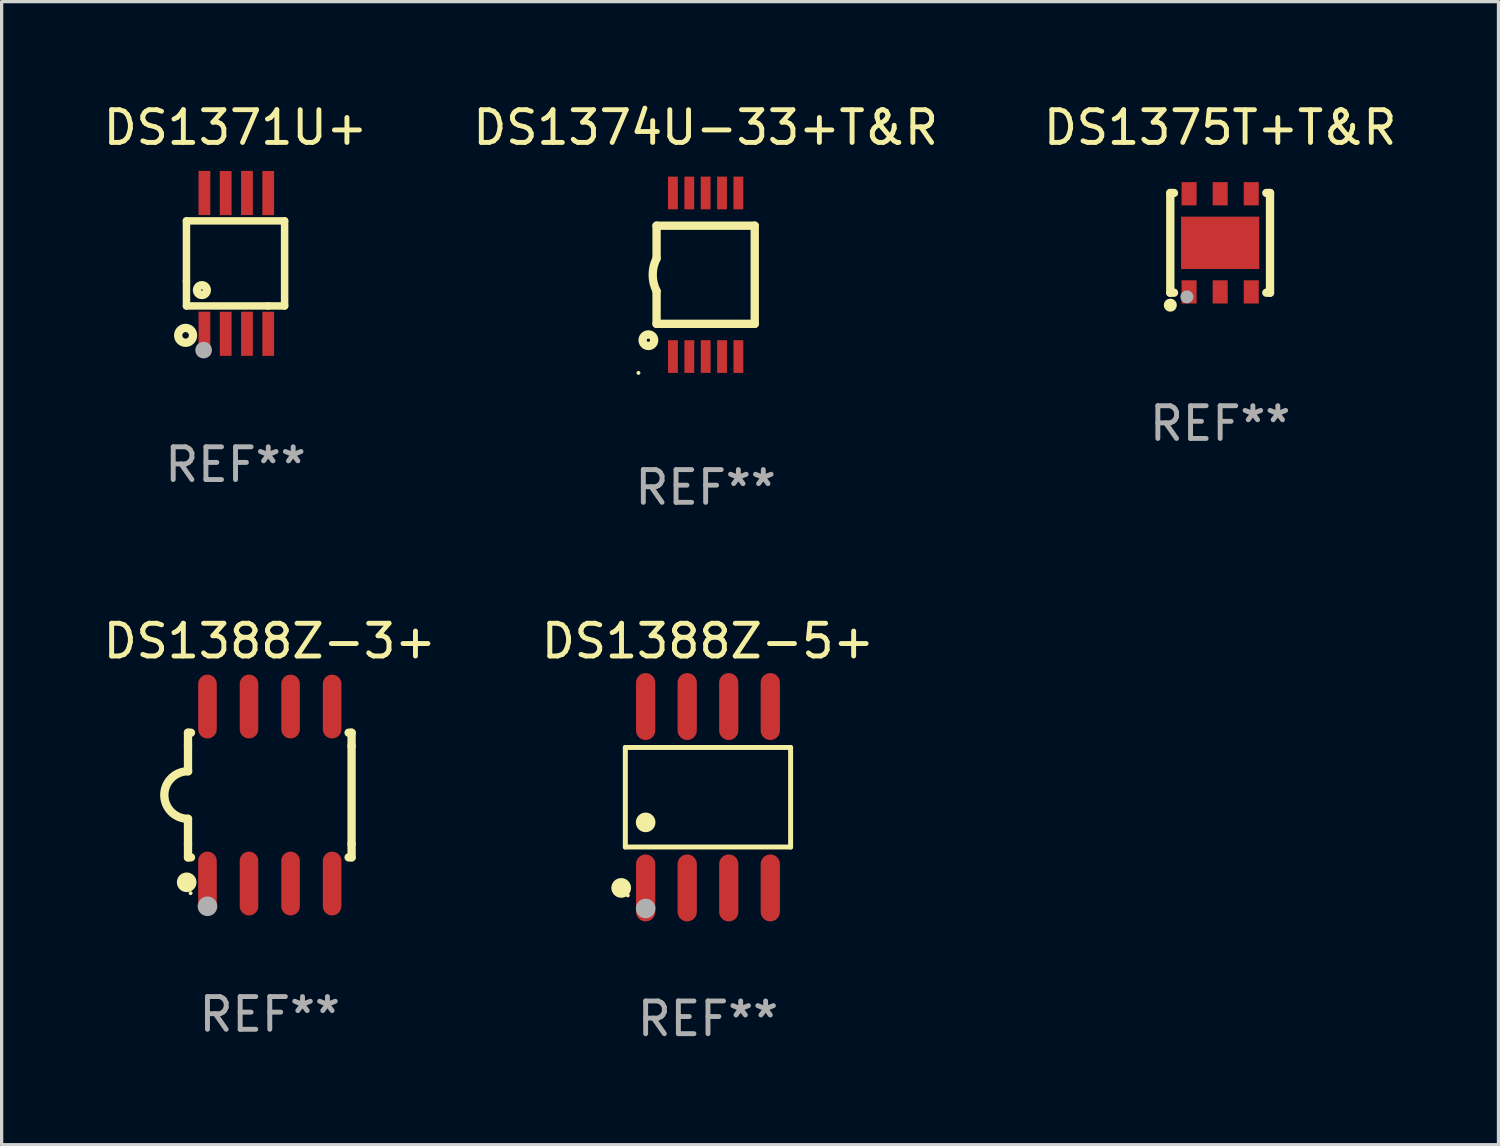
<source format=kicad_pcb>
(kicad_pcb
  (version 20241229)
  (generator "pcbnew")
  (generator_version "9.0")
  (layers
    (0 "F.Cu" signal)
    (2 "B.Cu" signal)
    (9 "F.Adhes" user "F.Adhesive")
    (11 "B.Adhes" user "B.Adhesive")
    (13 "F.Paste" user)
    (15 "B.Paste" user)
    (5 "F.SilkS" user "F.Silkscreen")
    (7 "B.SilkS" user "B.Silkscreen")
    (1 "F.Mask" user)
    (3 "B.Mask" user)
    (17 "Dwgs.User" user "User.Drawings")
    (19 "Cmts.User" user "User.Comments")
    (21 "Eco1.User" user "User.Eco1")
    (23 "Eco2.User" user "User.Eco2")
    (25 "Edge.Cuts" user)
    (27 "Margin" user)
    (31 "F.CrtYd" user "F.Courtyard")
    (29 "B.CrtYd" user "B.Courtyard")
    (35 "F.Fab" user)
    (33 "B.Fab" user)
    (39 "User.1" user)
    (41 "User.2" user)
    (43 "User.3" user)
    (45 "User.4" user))
  (footprint "DS1388Z-5+"
    (layer "F.Cu")
    (at 18.589 21.317)
    (property "Reference" "DS1388Z-5+" (at 0 -4.772 0) (layer "F.SilkS") (effects (font (size 1 1) (thickness 0.15))))
    (attr through_hole)
    (fp_line (start -2.526 -1.521) (end 2.526 -1.521) (stroke (width 0.152) (type solid)) (layer "F.SilkS"))
    (fp_line (start -2.526 1.521) (end -2.526 -1.521) (stroke (width 0.152) (type solid)) (layer "F.SilkS"))
    (fp_line (start 2.526 -1.521) (end 2.526 1.521) (stroke (width 0.152) (type solid)) (layer "F.SilkS"))
    (fp_line (start 2.526 1.521) (end -2.526 1.521) (stroke (width 0.152) (type solid)) (layer "F.SilkS"))
    (fp_circle (center -2.652 2.772) (end -2.501 2.772) (stroke (width 0.3) (type solid)) (fill no) (layer "F.SilkS"))
    (fp_circle (center -2.45 3) (end -2.42 3) (stroke (width 0.06) (type solid)) (fill no) (layer "F.SilkS"))
    (fp_circle (center -1.905 0.769) (end -1.755 0.769) (stroke (width 0.3) (type solid)) (fill no) (layer "F.SilkS"))
    (fp_circle (center -1.905 3.4) (end -1.755 3.4) (stroke (width 0.3) (type solid)) (fill no) (layer "F.Fab"))
    (fp_text user "REF**" (at 0 6.772 0) (layer "F.Fab") (effects (font (size 1 1) (thickness 0.15))))
    (pad "1" smd oval (at -1.905 2.772) (size 0.588 2.045) (layers "F.Cu" "F.Mask" "F.Paste"))
    (pad "2" smd oval (at -0.635 2.772) (size 0.588 2.045) (layers "F.Cu" "F.Mask" "F.Paste"))
    (pad "3" smd oval (at 0.635 2.772) (size 0.588 2.045) (layers "F.Cu" "F.Mask" "F.Paste"))
    (pad "4" smd oval (at 1.905 2.772) (size 0.588 2.045) (layers "F.Cu" "F.Mask" "F.Paste"))
    (pad "5" smd oval (at 1.905 -2.772) (size 0.588 2.045) (layers "F.Cu" "F.Mask" "F.Paste"))
    (pad "6" smd oval (at 0.635 -2.772) (size 0.588 2.045) (layers "F.Cu" "F.Mask" "F.Paste"))
    (pad "7" smd oval (at -0.635 -2.772) (size 0.588 2.045) (layers "F.Cu" "F.Mask" "F.Paste"))
    (pad "8" smd oval (at -1.905 -2.772) (size 0.588 2.045) (layers "F.Cu" "F.Mask" "F.Paste")))
  (footprint "DS1374U-33+T&R"
    (layer "F.Cu")
    (at 18.518 5.348)
    (property "Reference" "DS1374U-33+T&R" (at 0 -4.5 0) (layer "F.SilkS") (effects (font (size 1 1) (thickness 0.15))))
    (attr through_hole)
    (fp_line (start -1.5 -1.5) (end -1.5 -0.5) (stroke (width 0.254) (type solid)) (layer "F.SilkS"))
    (fp_line (start -1.5 1.5) (end -1.5 0.5) (stroke (width 0.254) (type solid)) (layer "F.SilkS"))
    (fp_line (start -1.5 1.5) (end 1.5 1.5) (stroke (width 0.254) (type solid)) (layer "F.SilkS"))
    (fp_line (start 1.5 1.5) (end 1.5 -1.5) (stroke (width 0.254) (type solid)) (layer "F.SilkS"))
    (fp_line (start 1.5 -1.5) (end -1.5 -1.5) (stroke (width 0.254) (type solid)) (layer "F.SilkS"))
    (fp_arc (start -1.500165 0.499873) (mid -1.618199 -0.000127) (end -1.500165 -0.500127) (stroke (width 0.254001) (type solid)) (layer "F.SilkS"))
    (fp_circle (center -2.054 3) (end -2.024 3) (stroke (width 0.06) (type solid)) (fill no) (layer "F.SilkS"))
    (fp_circle (center -1.75 2) (end -1.573 2) (stroke (width 0.254) (type solid)) (fill no) (layer "F.SilkS"))
    (fp_text user "REF**" (at 0 6.5 0) (layer "F.Fab") (effects (font (size 1 1) (thickness 0.15))))
    (pad "1" smd rect (at -0.999 2.5 180) (size 0.3 1) (layers "F.Cu" "F.Mask" "F.Paste"))
    (pad "2" smd rect (at -0.499 2.5 180) (size 0.3 1) (layers "F.Cu" "F.Mask" "F.Paste"))
    (pad "3" smd rect (at 0.001 2.5 180) (size 0.3 1) (layers "F.Cu" "F.Mask" "F.Paste"))
    (pad "4" smd rect (at 0.501 2.5 180) (size 0.3 1) (layers "F.Cu" "F.Mask" "F.Paste"))
    (pad "5" smd rect (at 1.001 2.5 180) (size 0.3 1) (layers "F.Cu" "F.Mask" "F.Paste"))
    (pad "6" smd rect (at 1 -2.5 180) (size 0.3 1) (layers "F.Cu" "F.Mask" "F.Paste"))
    (pad "7" smd rect (at 0.5 -2.5 180) (size 0.3 1) (layers "F.Cu" "F.Mask" "F.Paste"))
    (pad "8" smd rect (at -0.000165 -2.5 180) (size 0.3 1) (layers "F.Cu" "F.Mask" "F.Paste"))
    (pad "9" smd rect (at -0.5 -2.5 180) (size 0.3 1) (layers "F.Cu" "F.Mask" "F.Paste"))
    (pad "10" smd rect (at -1 -2.5 180) (size 0.3 1) (layers "F.Cu" "F.Mask" "F.Paste")))
  (footprint "DS1375T+T&R"
    (layer "F.Cu")
    (at 34.244 4.372)
    (property "Reference" "DS1375T+T&R" (at 0 -3.524 0) (layer "F.SilkS") (effects (font (size 1 1) (thickness 0.15))))
    (attr through_hole)
    (fp_line (start -1.524 -1.524) (end -1.524 1.524) (stroke (width 0.254) (type solid)) (layer "F.SilkS"))
    (fp_line (start -1.524 1.524) (end -1.411 1.524) (stroke (width 0.254) (type solid)) (layer "F.SilkS"))
    (fp_line (start -1.411 -1.524) (end -1.524 -1.524) (stroke (width 0.254) (type solid)) (layer "F.SilkS"))
    (fp_line (start 1.411 1.524) (end 1.524 1.524) (stroke (width 0.254) (type solid)) (layer "F.SilkS"))
    (fp_line (start 1.524 -1.524) (end 1.411 -1.524) (stroke (width 0.254) (type solid)) (layer "F.SilkS"))
    (fp_line (start 1.524 1.524) (end 1.524 -1.524) (stroke (width 0.254) (type solid)) (layer "F.SilkS"))
    (fp_circle (center -1.524 1.905) (end -1.424 1.905) (stroke (width 0.2) (type solid)) (fill no) (layer "F.SilkS"))
    (fp_circle (center -1.5 1.5) (end -1.47 1.5) (stroke (width 0.06) (type solid)) (fill no) (layer "F.SilkS"))
    (fp_circle (center -1.016 1.651) (end -0.916 1.651) (stroke (width 0.2) (type solid)) (fill no) (layer "F.Fab"))
    (fp_text user "REF**" (at 0 5.524 0) (layer "F.Fab") (effects (font (size 1 1) (thickness 0.15))))
    (pad "1" smd rect (at -0.95 1.5) (size 0.46 0.71) (layers "F.Cu" "F.Mask" "F.Paste"))
    (pad "2" smd rect (at 0 1.5) (size 0.46 0.71) (layers "F.Cu" "F.Mask" "F.Paste"))
    (pad "3" smd rect (at 0.95 1.5) (size 0.46 0.71) (layers "F.Cu" "F.Mask" "F.Paste"))
    (pad "4" smd rect (at 0.95 -1.5) (size 0.46 0.71) (layers "F.Cu" "F.Mask" "F.Paste"))
    (pad "5" smd rect (at 0 -1.5) (size 0.46 0.71) (layers "F.Cu" "F.Mask" "F.Paste"))
    (pad "6" smd rect (at -0.95 -1.5) (size 0.46 0.71) (layers "F.Cu" "F.Mask" "F.Paste"))
    (pad "7" smd rect (at 0 0.000127) (size 2.39 1.6) (layers "F.Cu" "F.Mask" "F.Paste")))
  (footprint "DS1388Z-3+"
    (layer "F.Cu")
    (at 5.196 21.25)
    (property "Reference" "DS1388Z-3+" (at 0 -4.705 0) (layer "F.SilkS") (effects (font (size 1 1) (thickness 0.15))))
    (attr through_hole)
    (fp_line (start -2.5 -1.905) (end -2.409 -1.905) (stroke (width 0.254) (type solid)) (layer "F.SilkS"))
    (fp_line (start -2.5 -1.5) (end -2.5 -1.905) (stroke (width 0.254) (type solid)) (layer "F.SilkS"))
    (fp_line (start -2.5 -1.5) (end -2.5 -0.726) (stroke (width 0.254) (type solid)) (layer "F.SilkS"))
    (fp_line (start -2.5 1.5) (end -2.5 0.727) (stroke (width 0.254) (type solid)) (layer "F.SilkS"))
    (fp_line (start -2.5 1.5) (end -2.5 1.905) (stroke (width 0.254) (type solid)) (layer "F.SilkS"))
    (fp_line (start -2.5 1.905) (end -2.409 1.905) (stroke (width 0.254) (type solid)) (layer "F.SilkS"))
    (fp_line (start 2.5 -1.905) (end 2.409 -1.905) (stroke (width 0.254) (type solid)) (layer "F.SilkS"))
    (fp_line (start 2.5 -1.5) (end 2.5 -1.905) (stroke (width 0.254) (type solid)) (layer "F.SilkS"))
    (fp_line (start 2.5 -1.5) (end 2.5 1.5) (stroke (width 0.254) (type solid)) (layer "F.SilkS"))
    (fp_line (start 2.5 1.5) (end 2.5 1.905) (stroke (width 0.254) (type solid)) (layer "F.SilkS"))
    (fp_line (start 2.5 1.905) (end 2.409 1.905) (stroke (width 0.254) (type solid)) (layer "F.SilkS"))
    (fp_arc (start -2.5 0.726568) (mid -3.220316 -0.0023) (end -2.495097 -0.726289) (stroke (width 0.254001) (type solid)) (layer "F.SilkS"))
    (fp_circle (center -2.54 2.667) (end -2.39 2.667) (stroke (width 0.3) (type solid)) (fill no) (layer "F.SilkS"))
    (fp_circle (center -2.42 3) (end -2.39 3) (stroke (width 0.06) (type solid)) (fill no) (layer "F.SilkS"))
    (fp_circle (center -1.905 3.4) (end -1.755 3.4) (stroke (width 0.3) (type solid)) (fill no) (layer "F.Fab"))
    (fp_text user "REF**" (at 0 6.705 0) (layer "F.Fab") (effects (font (size 1 1) (thickness 0.15))))
    (pad "1" smd oval (at -1.905 2.705) (size 0.568 1.95) (layers "F.Cu" "F.Mask" "F.Paste"))
    (pad "2" smd oval (at -0.635 2.705) (size 0.568 1.95) (layers "F.Cu" "F.Mask" "F.Paste"))
    (pad "3" smd oval (at 0.635 2.705) (size 0.568 1.95) (layers "F.Cu" "F.Mask" "F.Paste"))
    (pad "4" smd oval (at 1.905 2.705) (size 0.568 1.95) (layers "F.Cu" "F.Mask" "F.Paste"))
    (pad "5" smd oval (at 1.905 -2.705) (size 0.568 1.95) (layers "F.Cu" "F.Mask" "F.Paste"))
    (pad "6" smd oval (at 0.635 -2.705) (size 0.568 1.95) (layers "F.Cu" "F.Mask" "F.Paste"))
    (pad "7" smd oval (at -0.635 -2.705) (size 0.568 1.95) (layers "F.Cu" "F.Mask" "F.Paste"))
    (pad "8" smd oval (at -1.905 -2.705) (size 0.568 1.95) (layers "F.Cu" "F.Mask" "F.Paste")))
  (footprint "DS1371U+"
    (layer "F.Cu")
    (at 4.149 5)
    (property "Reference" "DS1371U+" (at 0 -4.152 0) (layer "F.SilkS") (effects (font (size 1 1) (thickness 0.15))))
    (attr through_hole)
    (fp_line (start -1.5 1.301) (end 1 1.301) (stroke (width 0.229) (type solid)) (layer "F.SilkS"))
    (fp_line (start -1.5 -1.299) (end -1.5 0.551) (stroke (width 0.229) (type solid)) (layer "F.SilkS"))
    (fp_line (start -1.5 0.551) (end -1.5 1.301) (stroke (width 0.229) (type solid)) (layer "F.SilkS"))
    (fp_line (start 1 1.301) (end 1.5 1.301) (stroke (width 0.229) (type solid)) (layer "F.SilkS"))
    (fp_line (start 1.5 1.301) (end 1.5 -1.299) (stroke (width 0.229) (type solid)) (layer "F.SilkS"))
    (fp_line (start 1.5 -1.299) (end -1.5 -1.299) (stroke (width 0.229) (type solid)) (layer "F.SilkS"))
    (fp_circle (center -1.526 2.2) (end -1.426 2.2) (stroke (width 0.254) (type solid)) (fill no) (layer "F.SilkS"))
    (fp_circle (center -1.476 2.45) (end -1.446 2.45) (stroke (width 0.06) (type solid)) (fill no) (layer "F.SilkS"))
    (fp_circle (center -1.028 0.817) (end -0.878 0.817) (stroke (width 0.254) (type solid)) (fill no) (layer "F.SilkS"))
    (fp_circle (center -0.976 2.65) (end -0.849 2.65) (stroke (width 0.254) (type solid)) (fill no) (layer "F.Fab"))
    (fp_text user "REF**" (at 0 6.152 0) (layer "F.Fab") (effects (font (size 1 1) (thickness 0.15))))
    (pad "1" smd rect (at -0.951 2.15) (size 0.36 1.35) (layers "F.Cu" "F.Mask" "F.Paste"))
    (pad "2" smd rect (at -0.301 2.152) (size 0.36 1.35) (layers "F.Cu" "F.Mask" "F.Paste"))
    (pad "3" smd rect (at 0.349 2.151) (size 0.36 1.35) (layers "F.Cu" "F.Mask" "F.Paste"))
    (pad "4" smd rect (at 0.999 2.152) (size 0.36 1.35) (layers "F.Cu" "F.Mask" "F.Paste"))
    (pad "5" smd rect (at 0.999 -2.149) (size 0.36 1.35) (layers "F.Cu" "F.Mask" "F.Paste"))
    (pad "6" smd rect (at 0.349 -2.152) (size 0.36 1.35) (layers "F.Cu" "F.Mask" "F.Paste"))
    (pad "7" smd rect (at -0.301 -2.149) (size 0.36 1.35) (layers "F.Cu" "F.Mask" "F.Paste"))
    (pad "8" smd rect (at -0.951 -2.152) (size 0.36 1.35) (layers "F.Cu" "F.Mask" "F.Paste")))
  (gr_rect
    (start -3 -3)
    (end 42.75 31.938)
    (stroke (width 0.1) (type default))
    (fill no)
    (layer "Edge.Cuts")))
</source>
